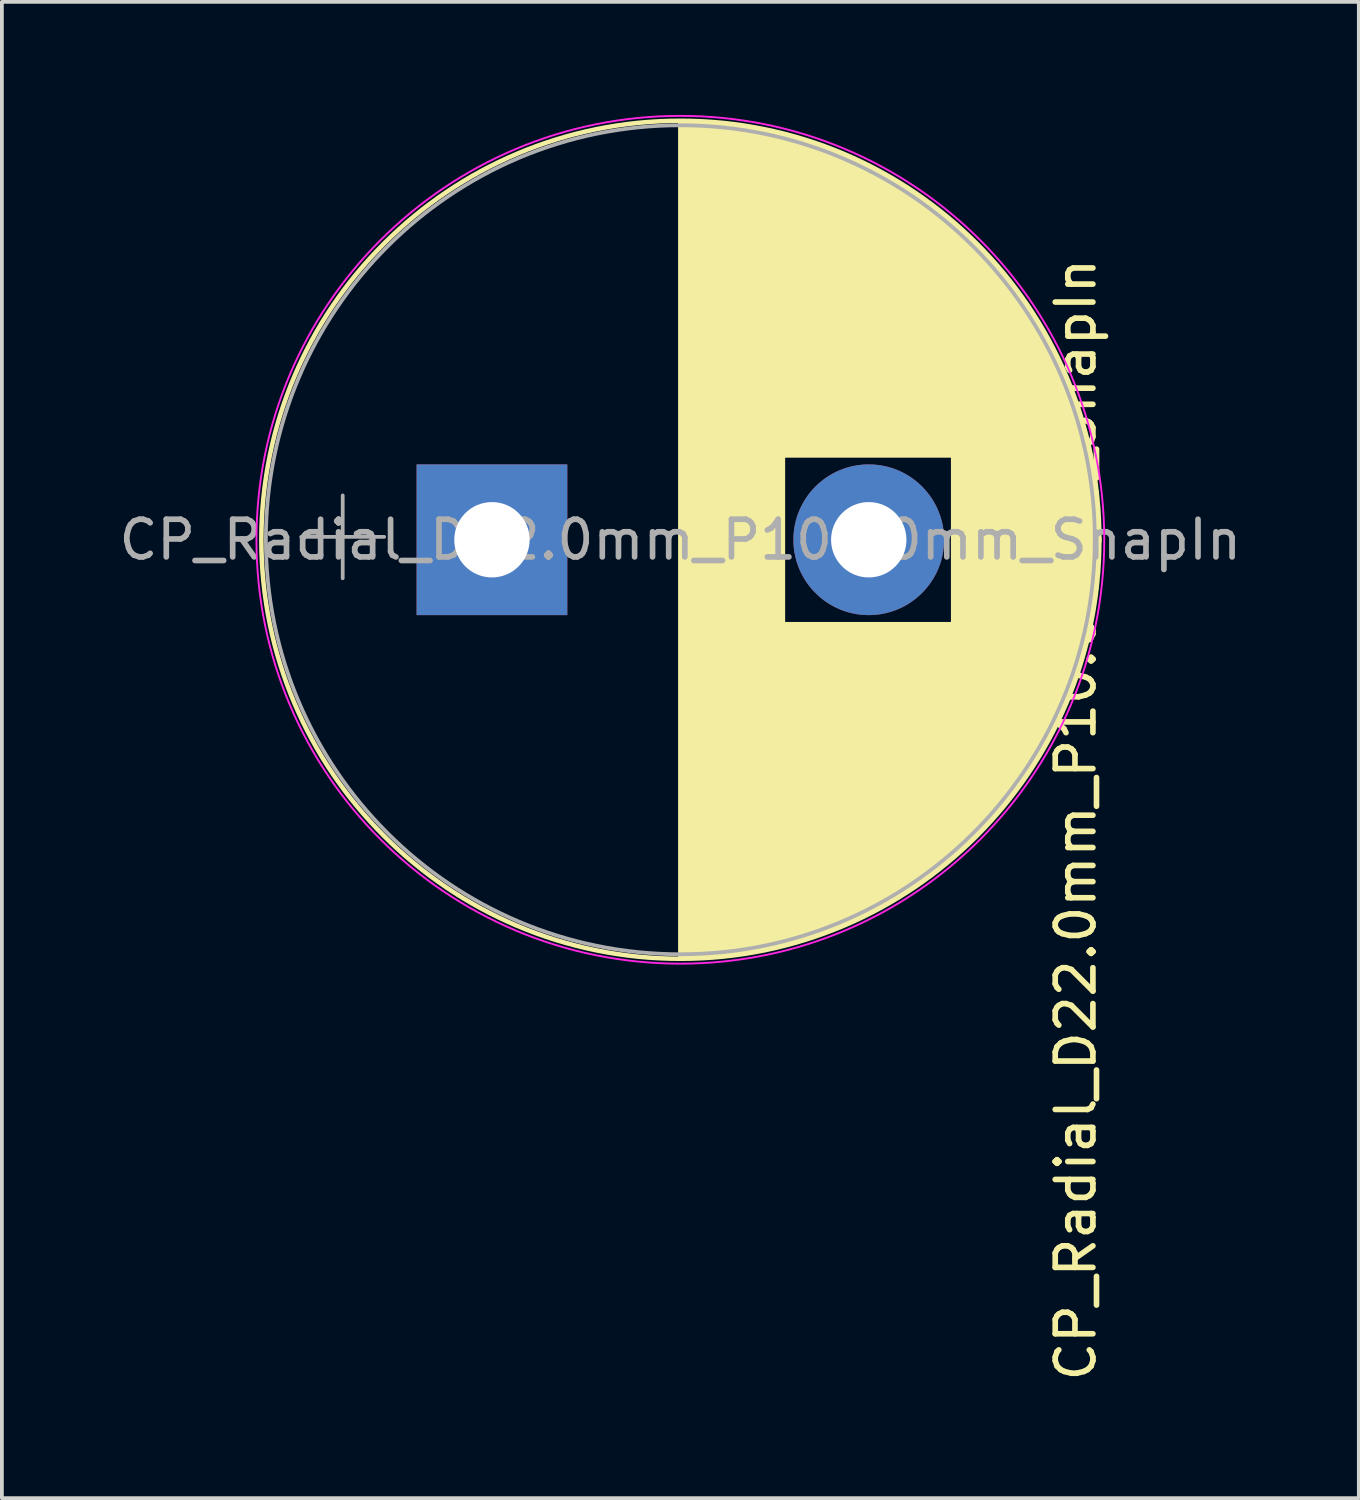
<source format=kicad_pcb>
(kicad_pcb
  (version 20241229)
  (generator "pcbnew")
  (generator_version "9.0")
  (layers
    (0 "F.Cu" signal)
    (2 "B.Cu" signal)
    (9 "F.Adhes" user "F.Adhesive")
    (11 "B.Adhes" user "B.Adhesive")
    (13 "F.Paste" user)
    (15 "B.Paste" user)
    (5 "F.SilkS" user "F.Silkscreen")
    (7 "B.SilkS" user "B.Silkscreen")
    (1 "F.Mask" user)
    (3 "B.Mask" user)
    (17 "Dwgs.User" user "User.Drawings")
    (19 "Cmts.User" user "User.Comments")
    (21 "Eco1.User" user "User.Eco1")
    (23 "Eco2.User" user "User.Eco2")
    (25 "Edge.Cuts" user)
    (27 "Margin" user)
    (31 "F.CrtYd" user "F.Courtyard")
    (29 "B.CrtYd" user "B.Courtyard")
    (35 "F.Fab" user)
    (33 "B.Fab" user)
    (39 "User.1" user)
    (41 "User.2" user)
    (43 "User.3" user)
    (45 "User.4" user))
  (footprint "CP_Radial_D22.0mm_P10.00mm_SnapIn"
    (layer "F.Cu")
    (at 10.006 11.275)
    (property "Reference" "CP_Radial_D22.0mm_P10.00mm_SnapIn" (at 15.494 7.429 90) (layer "F.SilkS") (effects (font (size 1 1) (thickness 0.15))))
    (attr through_hole)
    (fp_line (start 5 -11.081) (end 5 11.081) (stroke (width 0.12) (type solid)) (layer "F.SilkS"))
    (fp_line (start 5.04 -11.08) (end 5.04 11.08) (stroke (width 0.12) (type solid)) (layer "F.SilkS"))
    (fp_line (start 5.08 -11.08) (end 5.08 11.08) (stroke (width 0.12) (type solid)) (layer "F.SilkS"))
    (fp_line (start 5.12 -11.08) (end 5.12 11.08) (stroke (width 0.12) (type solid)) (layer "F.SilkS"))
    (fp_line (start 5.16 -11.079) (end 5.16 11.079) (stroke (width 0.12) (type solid)) (layer "F.SilkS"))
    (fp_line (start 5.2 -11.079) (end 5.2 11.079) (stroke (width 0.12) (type solid)) (layer "F.SilkS"))
    (fp_line (start 5.24 -11.078) (end 5.24 11.078) (stroke (width 0.12) (type solid)) (layer "F.SilkS"))
    (fp_line (start 5.28 -11.077) (end 5.28 11.077) (stroke (width 0.12) (type solid)) (layer "F.SilkS"))
    (fp_line (start 5.32 -11.076) (end 5.32 11.076) (stroke (width 0.12) (type solid)) (layer "F.SilkS"))
    (fp_line (start 5.36 -11.075) (end 5.36 11.075) (stroke (width 0.12) (type solid)) (layer "F.SilkS"))
    (fp_line (start 5.4 -11.073) (end 5.4 11.073) (stroke (width 0.12) (type solid)) (layer "F.SilkS"))
    (fp_line (start 5.44 -11.072) (end 5.44 11.072) (stroke (width 0.12) (type solid)) (layer "F.SilkS"))
    (fp_line (start 5.48 -11.07) (end 5.48 11.07) (stroke (width 0.12) (type solid)) (layer "F.SilkS"))
    (fp_line (start 5.52 -11.068) (end 5.52 11.068) (stroke (width 0.12) (type solid)) (layer "F.SilkS"))
    (fp_line (start 5.56 -11.066) (end 5.56 11.066) (stroke (width 0.12) (type solid)) (layer "F.SilkS"))
    (fp_line (start 5.6 -11.064) (end 5.6 11.064) (stroke (width 0.12) (type solid)) (layer "F.SilkS"))
    (fp_line (start 5.64 -11.062) (end 5.64 11.062) (stroke (width 0.12) (type solid)) (layer "F.SilkS"))
    (fp_line (start 5.68 -11.06) (end 5.68 11.06) (stroke (width 0.12) (type solid)) (layer "F.SilkS"))
    (fp_line (start 5.721 -11.057) (end 5.721 11.057) (stroke (width 0.12) (type solid)) (layer "F.SilkS"))
    (fp_line (start 5.761 -11.054) (end 5.761 11.054) (stroke (width 0.12) (type solid)) (layer "F.SilkS"))
    (fp_line (start 5.801 -11.052) (end 5.801 11.052) (stroke (width 0.12) (type solid)) (layer "F.SilkS"))
    (fp_line (start 5.841 -11.049) (end 5.841 11.049) (stroke (width 0.12) (type solid)) (layer "F.SilkS"))
    (fp_line (start 5.881 -11.046) (end 5.881 11.046) (stroke (width 0.12) (type solid)) (layer "F.SilkS"))
    (fp_line (start 5.921 -11.042) (end 5.921 11.042) (stroke (width 0.12) (type solid)) (layer "F.SilkS"))
    (fp_line (start 5.961 -11.039) (end 5.961 11.039) (stroke (width 0.12) (type solid)) (layer "F.SilkS"))
    (fp_line (start 6.001 -11.035) (end 6.001 11.035) (stroke (width 0.12) (type solid)) (layer "F.SilkS"))
    (fp_line (start 6.041 -11.032) (end 6.041 11.032) (stroke (width 0.12) (type solid)) (layer "F.SilkS"))
    (fp_line (start 6.081 -11.028) (end 6.081 11.028) (stroke (width 0.12) (type solid)) (layer "F.SilkS"))
    (fp_line (start 6.121 -11.024) (end 6.121 11.024) (stroke (width 0.12) (type solid)) (layer "F.SilkS"))
    (fp_line (start 6.161 -11.02) (end 6.161 11.02) (stroke (width 0.12) (type solid)) (layer "F.SilkS"))
    (fp_line (start 6.201 -11.016) (end 6.201 11.016) (stroke (width 0.12) (type solid)) (layer "F.SilkS"))
    (fp_line (start 6.241 -11.011) (end 6.241 11.011) (stroke (width 0.12) (type solid)) (layer "F.SilkS"))
    (fp_line (start 6.281 -11.007) (end 6.281 11.007) (stroke (width 0.12) (type solid)) (layer "F.SilkS"))
    (fp_line (start 6.321 -11.002) (end 6.321 11.002) (stroke (width 0.12) (type solid)) (layer "F.SilkS"))
    (fp_line (start 6.361 -10.997) (end 6.361 10.997) (stroke (width 0.12) (type solid)) (layer "F.SilkS"))
    (fp_line (start 6.401 -10.992) (end 6.401 10.992) (stroke (width 0.12) (type solid)) (layer "F.SilkS"))
    (fp_line (start 6.441 -10.987) (end 6.441 10.987) (stroke (width 0.12) (type solid)) (layer "F.SilkS"))
    (fp_line (start 6.481 -10.982) (end 6.481 10.982) (stroke (width 0.12) (type solid)) (layer "F.SilkS"))
    (fp_line (start 6.521 -10.976) (end 6.521 10.976) (stroke (width 0.12) (type solid)) (layer "F.SilkS"))
    (fp_line (start 6.561 -10.971) (end 6.561 10.971) (stroke (width 0.12) (type solid)) (layer "F.SilkS"))
    (fp_line (start 6.601 -10.965) (end 6.601 10.965) (stroke (width 0.12) (type solid)) (layer "F.SilkS"))
    (fp_line (start 6.641 -10.959) (end 6.641 10.959) (stroke (width 0.12) (type solid)) (layer "F.SilkS"))
    (fp_line (start 6.681 -10.953) (end 6.681 10.953) (stroke (width 0.12) (type solid)) (layer "F.SilkS"))
    (fp_line (start 6.721 -10.947) (end 6.721 10.947) (stroke (width 0.12) (type solid)) (layer "F.SilkS"))
    (fp_line (start 6.761 -10.94) (end 6.761 10.94) (stroke (width 0.12) (type solid)) (layer "F.SilkS"))
    (fp_line (start 6.801 -10.934) (end 6.801 10.934) (stroke (width 0.12) (type solid)) (layer "F.SilkS"))
    (fp_line (start 6.841 -10.927) (end 6.841 10.927) (stroke (width 0.12) (type solid)) (layer "F.SilkS"))
    (fp_line (start 6.881 -10.92) (end 6.881 10.92) (stroke (width 0.12) (type solid)) (layer "F.SilkS"))
    (fp_line (start 6.921 -10.913) (end 6.921 10.913) (stroke (width 0.12) (type solid)) (layer "F.SilkS"))
    (fp_line (start 6.961 -10.906) (end 6.961 10.906) (stroke (width 0.12) (type solid)) (layer "F.SilkS"))
    (fp_line (start 7.001 -10.899) (end 7.001 10.899) (stroke (width 0.12) (type solid)) (layer "F.SilkS"))
    (fp_line (start 7.041 -10.892) (end 7.041 10.892) (stroke (width 0.12) (type solid)) (layer "F.SilkS"))
    (fp_line (start 7.081 -10.884) (end 7.081 10.884) (stroke (width 0.12) (type solid)) (layer "F.SilkS"))
    (fp_line (start 7.121 -10.877) (end 7.121 10.877) (stroke (width 0.12) (type solid)) (layer "F.SilkS"))
    (fp_line (start 7.161 -10.869) (end 7.161 10.869) (stroke (width 0.12) (type solid)) (layer "F.SilkS"))
    (fp_line (start 7.201 -10.861) (end 7.201 10.861) (stroke (width 0.12) (type solid)) (layer "F.SilkS"))
    (fp_line (start 7.241 -10.853) (end 7.241 10.853) (stroke (width 0.12) (type solid)) (layer "F.SilkS"))
    (fp_line (start 7.281 -10.844) (end 7.281 10.844) (stroke (width 0.12) (type solid)) (layer "F.SilkS"))
    (fp_line (start 7.321 -10.836) (end 7.321 10.836) (stroke (width 0.12) (type solid)) (layer "F.SilkS"))
    (fp_line (start 7.361 -10.827) (end 7.361 10.827) (stroke (width 0.12) (type solid)) (layer "F.SilkS"))
    (fp_line (start 7.401 -10.818) (end 7.401 10.818) (stroke (width 0.12) (type solid)) (layer "F.SilkS"))
    (fp_line (start 7.441 -10.809) (end 7.441 10.809) (stroke (width 0.12) (type solid)) (layer "F.SilkS"))
    (fp_line (start 7.481 -10.8) (end 7.481 10.8) (stroke (width 0.12) (type solid)) (layer "F.SilkS"))
    (fp_line (start 7.521 -10.791) (end 7.521 10.791) (stroke (width 0.12) (type solid)) (layer "F.SilkS"))
    (fp_line (start 7.561 -10.782) (end 7.561 10.782) (stroke (width 0.12) (type solid)) (layer "F.SilkS"))
    (fp_line (start 7.601 -10.772) (end 7.601 10.772) (stroke (width 0.12) (type solid)) (layer "F.SilkS"))
    (fp_line (start 7.641 -10.763) (end 7.641 10.763) (stroke (width 0.12) (type solid)) (layer "F.SilkS"))
    (fp_line (start 7.681 -10.753) (end 7.681 10.753) (stroke (width 0.12) (type solid)) (layer "F.SilkS"))
    (fp_line (start 7.721 -10.743) (end 7.721 10.743) (stroke (width 0.12) (type solid)) (layer "F.SilkS"))
    (fp_line (start 7.761 -10.733) (end 7.761 -2.24) (stroke (width 0.12) (type solid)) (layer "F.SilkS"))
    (fp_line (start 7.761 2.24) (end 7.761 10.733) (stroke (width 0.12) (type solid)) (layer "F.SilkS"))
    (fp_line (start 7.801 -10.722) (end 7.801 -2.24) (stroke (width 0.12) (type solid)) (layer "F.SilkS"))
    (fp_line (start 7.801 2.24) (end 7.801 10.722) (stroke (width 0.12) (type solid)) (layer "F.SilkS"))
    (fp_line (start 7.841 -10.712) (end 7.841 -2.24) (stroke (width 0.12) (type solid)) (layer "F.SilkS"))
    (fp_line (start 7.841 2.24) (end 7.841 10.712) (stroke (width 0.12) (type solid)) (layer "F.SilkS"))
    (fp_line (start 7.881 -10.701) (end 7.881 -2.24) (stroke (width 0.12) (type solid)) (layer "F.SilkS"))
    (fp_line (start 7.881 2.24) (end 7.881 10.701) (stroke (width 0.12) (type solid)) (layer "F.SilkS"))
    (fp_line (start 7.921 -10.69) (end 7.921 -2.24) (stroke (width 0.12) (type solid)) (layer "F.SilkS"))
    (fp_line (start 7.921 2.24) (end 7.921 10.69) (stroke (width 0.12) (type solid)) (layer "F.SilkS"))
    (fp_line (start 7.961 -10.679) (end 7.961 -2.24) (stroke (width 0.12) (type solid)) (layer "F.SilkS"))
    (fp_line (start 7.961 2.24) (end 7.961 10.679) (stroke (width 0.12) (type solid)) (layer "F.SilkS"))
    (fp_line (start 8.001 -10.668) (end 8.001 -2.24) (stroke (width 0.12) (type solid)) (layer "F.SilkS"))
    (fp_line (start 8.001 2.24) (end 8.001 10.668) (stroke (width 0.12) (type solid)) (layer "F.SilkS"))
    (fp_line (start 8.041 -10.657) (end 8.041 -2.24) (stroke (width 0.12) (type solid)) (layer "F.SilkS"))
    (fp_line (start 8.041 2.24) (end 8.041 10.657) (stroke (width 0.12) (type solid)) (layer "F.SilkS"))
    (fp_line (start 8.081 -10.645) (end 8.081 -2.24) (stroke (width 0.12) (type solid)) (layer "F.SilkS"))
    (fp_line (start 8.081 2.24) (end 8.081 10.645) (stroke (width 0.12) (type solid)) (layer "F.SilkS"))
    (fp_line (start 8.121 -10.634) (end 8.121 -2.24) (stroke (width 0.12) (type solid)) (layer "F.SilkS"))
    (fp_line (start 8.121 2.24) (end 8.121 10.634) (stroke (width 0.12) (type solid)) (layer "F.SilkS"))
    (fp_line (start 8.161 -10.622) (end 8.161 -2.24) (stroke (width 0.12) (type solid)) (layer "F.SilkS"))
    (fp_line (start 8.161 2.24) (end 8.161 10.622) (stroke (width 0.12) (type solid)) (layer "F.SilkS"))
    (fp_line (start 8.201 -10.61) (end 8.201 -2.24) (stroke (width 0.12) (type solid)) (layer "F.SilkS"))
    (fp_line (start 8.201 2.24) (end 8.201 10.61) (stroke (width 0.12) (type solid)) (layer "F.SilkS"))
    (fp_line (start 8.241 -10.598) (end 8.241 -2.24) (stroke (width 0.12) (type solid)) (layer "F.SilkS"))
    (fp_line (start 8.241 2.24) (end 8.241 10.598) (stroke (width 0.12) (type solid)) (layer "F.SilkS"))
    (fp_line (start 8.281 -10.586) (end 8.281 -2.24) (stroke (width 0.12) (type solid)) (layer "F.SilkS"))
    (fp_line (start 8.281 2.24) (end 8.281 10.586) (stroke (width 0.12) (type solid)) (layer "F.SilkS"))
    (fp_line (start 8.321 -10.573) (end 8.321 -2.24) (stroke (width 0.12) (type solid)) (layer "F.SilkS"))
    (fp_line (start 8.321 2.24) (end 8.321 10.573) (stroke (width 0.12) (type solid)) (layer "F.SilkS"))
    (fp_line (start 8.361 -10.561) (end 8.361 -2.24) (stroke (width 0.12) (type solid)) (layer "F.SilkS"))
    (fp_line (start 8.361 2.24) (end 8.361 10.561) (stroke (width 0.12) (type solid)) (layer "F.SilkS"))
    (fp_line (start 8.401 -10.548) (end 8.401 -2.24) (stroke (width 0.12) (type solid)) (layer "F.SilkS"))
    (fp_line (start 8.401 2.24) (end 8.401 10.548) (stroke (width 0.12) (type solid)) (layer "F.SilkS"))
    (fp_line (start 8.441 -10.535) (end 8.441 -2.24) (stroke (width 0.12) (type solid)) (layer "F.SilkS"))
    (fp_line (start 8.441 2.24) (end 8.441 10.535) (stroke (width 0.12) (type solid)) (layer "F.SilkS"))
    (fp_line (start 8.481 -10.522) (end 8.481 -2.24) (stroke (width 0.12) (type solid)) (layer "F.SilkS"))
    (fp_line (start 8.481 2.24) (end 8.481 10.522) (stroke (width 0.12) (type solid)) (layer "F.SilkS"))
    (fp_line (start 8.521 -10.509) (end 8.521 -2.24) (stroke (width 0.12) (type solid)) (layer "F.SilkS"))
    (fp_line (start 8.521 2.24) (end 8.521 10.509) (stroke (width 0.12) (type solid)) (layer "F.SilkS"))
    (fp_line (start 8.561 -10.495) (end 8.561 -2.24) (stroke (width 0.12) (type solid)) (layer "F.SilkS"))
    (fp_line (start 8.561 2.24) (end 8.561 10.495) (stroke (width 0.12) (type solid)) (layer "F.SilkS"))
    (fp_line (start 8.601 -10.482) (end 8.601 -2.24) (stroke (width 0.12) (type solid)) (layer "F.SilkS"))
    (fp_line (start 8.601 2.24) (end 8.601 10.482) (stroke (width 0.12) (type solid)) (layer "F.SilkS"))
    (fp_line (start 8.641 -10.468) (end 8.641 -2.24) (stroke (width 0.12) (type solid)) (layer "F.SilkS"))
    (fp_line (start 8.641 2.24) (end 8.641 10.468) (stroke (width 0.12) (type solid)) (layer "F.SilkS"))
    (fp_line (start 8.681 -10.454) (end 8.681 -2.24) (stroke (width 0.12) (type solid)) (layer "F.SilkS"))
    (fp_line (start 8.681 2.24) (end 8.681 10.454) (stroke (width 0.12) (type solid)) (layer "F.SilkS"))
    (fp_line (start 8.721 -10.44) (end 8.721 -2.24) (stroke (width 0.12) (type solid)) (layer "F.SilkS"))
    (fp_line (start 8.721 2.24) (end 8.721 10.44) (stroke (width 0.12) (type solid)) (layer "F.SilkS"))
    (fp_line (start 8.761 -10.426) (end 8.761 -2.24) (stroke (width 0.12) (type solid)) (layer "F.SilkS"))
    (fp_line (start 8.761 2.24) (end 8.761 10.426) (stroke (width 0.12) (type solid)) (layer "F.SilkS"))
    (fp_line (start 8.801 -10.411) (end 8.801 -2.24) (stroke (width 0.12) (type solid)) (layer "F.SilkS"))
    (fp_line (start 8.801 2.24) (end 8.801 10.411) (stroke (width 0.12) (type solid)) (layer "F.SilkS"))
    (fp_line (start 8.841 -10.396) (end 8.841 -2.24) (stroke (width 0.12) (type solid)) (layer "F.SilkS"))
    (fp_line (start 8.841 2.24) (end 8.841 10.396) (stroke (width 0.12) (type solid)) (layer "F.SilkS"))
    (fp_line (start 8.881 -10.382) (end 8.881 -2.24) (stroke (width 0.12) (type solid)) (layer "F.SilkS"))
    (fp_line (start 8.881 2.24) (end 8.881 10.382) (stroke (width 0.12) (type solid)) (layer "F.SilkS"))
    (fp_line (start 8.921 -10.367) (end 8.921 -2.24) (stroke (width 0.12) (type solid)) (layer "F.SilkS"))
    (fp_line (start 8.921 2.24) (end 8.921 10.367) (stroke (width 0.12) (type solid)) (layer "F.SilkS"))
    (fp_line (start 8.961 -10.351) (end 8.961 -2.24) (stroke (width 0.12) (type solid)) (layer "F.SilkS"))
    (fp_line (start 8.961 2.24) (end 8.961 10.351) (stroke (width 0.12) (type solid)) (layer "F.SilkS"))
    (fp_line (start 9.001 -10.336) (end 9.001 -2.24) (stroke (width 0.12) (type solid)) (layer "F.SilkS"))
    (fp_line (start 9.001 2.24) (end 9.001 10.336) (stroke (width 0.12) (type solid)) (layer "F.SilkS"))
    (fp_line (start 9.041 -10.321) (end 9.041 -2.24) (stroke (width 0.12) (type solid)) (layer "F.SilkS"))
    (fp_line (start 9.041 2.24) (end 9.041 10.321) (stroke (width 0.12) (type solid)) (layer "F.SilkS"))
    (fp_line (start 9.081 -10.305) (end 9.081 -2.24) (stroke (width 0.12) (type solid)) (layer "F.SilkS"))
    (fp_line (start 9.081 2.24) (end 9.081 10.305) (stroke (width 0.12) (type solid)) (layer "F.SilkS"))
    (fp_line (start 9.121 -10.289) (end 9.121 -2.24) (stroke (width 0.12) (type solid)) (layer "F.SilkS"))
    (fp_line (start 9.121 2.24) (end 9.121 10.289) (stroke (width 0.12) (type solid)) (layer "F.SilkS"))
    (fp_line (start 9.161 -10.273) (end 9.161 -2.24) (stroke (width 0.12) (type solid)) (layer "F.SilkS"))
    (fp_line (start 9.161 2.24) (end 9.161 10.273) (stroke (width 0.12) (type solid)) (layer "F.SilkS"))
    (fp_line (start 9.201 -10.257) (end 9.201 -2.24) (stroke (width 0.12) (type solid)) (layer "F.SilkS"))
    (fp_line (start 9.201 2.24) (end 9.201 10.257) (stroke (width 0.12) (type solid)) (layer "F.SilkS"))
    (fp_line (start 9.241 -10.24) (end 9.241 -2.24) (stroke (width 0.12) (type solid)) (layer "F.SilkS"))
    (fp_line (start 9.241 2.24) (end 9.241 10.24) (stroke (width 0.12) (type solid)) (layer "F.SilkS"))
    (fp_line (start 9.281 -10.224) (end 9.281 -2.24) (stroke (width 0.12) (type solid)) (layer "F.SilkS"))
    (fp_line (start 9.281 2.24) (end 9.281 10.224) (stroke (width 0.12) (type solid)) (layer "F.SilkS"))
    (fp_line (start 9.321 -10.207) (end 9.321 -2.24) (stroke (width 0.12) (type solid)) (layer "F.SilkS"))
    (fp_line (start 9.321 2.24) (end 9.321 10.207) (stroke (width 0.12) (type solid)) (layer "F.SilkS"))
    (fp_line (start 9.361 -10.19) (end 9.361 -2.24) (stroke (width 0.12) (type solid)) (layer "F.SilkS"))
    (fp_line (start 9.361 2.24) (end 9.361 10.19) (stroke (width 0.12) (type solid)) (layer "F.SilkS"))
    (fp_line (start 9.401 -10.173) (end 9.401 -2.24) (stroke (width 0.12) (type solid)) (layer "F.SilkS"))
    (fp_line (start 9.401 2.24) (end 9.401 10.173) (stroke (width 0.12) (type solid)) (layer "F.SilkS"))
    (fp_line (start 9.441 -10.156) (end 9.441 -2.24) (stroke (width 0.12) (type solid)) (layer "F.SilkS"))
    (fp_line (start 9.441 2.24) (end 9.441 10.156) (stroke (width 0.12) (type solid)) (layer "F.SilkS"))
    (fp_line (start 9.481 -10.138) (end 9.481 -2.24) (stroke (width 0.12) (type solid)) (layer "F.SilkS"))
    (fp_line (start 9.481 2.24) (end 9.481 10.138) (stroke (width 0.12) (type solid)) (layer "F.SilkS"))
    (fp_line (start 9.521 -10.12) (end 9.521 -2.24) (stroke (width 0.12) (type solid)) (layer "F.SilkS"))
    (fp_line (start 9.521 2.24) (end 9.521 10.12) (stroke (width 0.12) (type solid)) (layer "F.SilkS"))
    (fp_line (start 9.561 -10.103) (end 9.561 -2.24) (stroke (width 0.12) (type solid)) (layer "F.SilkS"))
    (fp_line (start 9.561 2.24) (end 9.561 10.103) (stroke (width 0.12) (type solid)) (layer "F.SilkS"))
    (fp_line (start 9.601 -10.084) (end 9.601 -2.24) (stroke (width 0.12) (type solid)) (layer "F.SilkS"))
    (fp_line (start 9.601 2.24) (end 9.601 10.084) (stroke (width 0.12) (type solid)) (layer "F.SilkS"))
    (fp_line (start 9.641 -10.066) (end 9.641 -2.24) (stroke (width 0.12) (type solid)) (layer "F.SilkS"))
    (fp_line (start 9.641 2.24) (end 9.641 10.066) (stroke (width 0.12) (type solid)) (layer "F.SilkS"))
    (fp_line (start 9.681 -10.048) (end 9.681 -2.24) (stroke (width 0.12) (type solid)) (layer "F.SilkS"))
    (fp_line (start 9.681 2.24) (end 9.681 10.048) (stroke (width 0.12) (type solid)) (layer "F.SilkS"))
    (fp_line (start 9.721 -10.029) (end 9.721 -2.24) (stroke (width 0.12) (type solid)) (layer "F.SilkS"))
    (fp_line (start 9.721 2.24) (end 9.721 10.029) (stroke (width 0.12) (type solid)) (layer "F.SilkS"))
    (fp_line (start 9.761 -10.01) (end 9.761 -2.24) (stroke (width 0.12) (type solid)) (layer "F.SilkS"))
    (fp_line (start 9.761 2.24) (end 9.761 10.01) (stroke (width 0.12) (type solid)) (layer "F.SilkS"))
    (fp_line (start 9.801 -9.991) (end 9.801 -2.24) (stroke (width 0.12) (type solid)) (layer "F.SilkS"))
    (fp_line (start 9.801 2.24) (end 9.801 9.991) (stroke (width 0.12) (type solid)) (layer "F.SilkS"))
    (fp_line (start 9.841 -9.972) (end 9.841 -2.24) (stroke (width 0.12) (type solid)) (layer "F.SilkS"))
    (fp_line (start 9.841 2.24) (end 9.841 9.972) (stroke (width 0.12) (type solid)) (layer "F.SilkS"))
    (fp_line (start 9.881 -9.952) (end 9.881 -2.24) (stroke (width 0.12) (type solid)) (layer "F.SilkS"))
    (fp_line (start 9.881 2.24) (end 9.881 9.952) (stroke (width 0.12) (type solid)) (layer "F.SilkS"))
    (fp_line (start 9.921 -9.933) (end 9.921 -2.24) (stroke (width 0.12) (type solid)) (layer "F.SilkS"))
    (fp_line (start 9.921 2.24) (end 9.921 9.933) (stroke (width 0.12) (type solid)) (layer "F.SilkS"))
    (fp_line (start 9.961 -9.913) (end 9.961 -2.24) (stroke (width 0.12) (type solid)) (layer "F.SilkS"))
    (fp_line (start 9.961 2.24) (end 9.961 9.913) (stroke (width 0.12) (type solid)) (layer "F.SilkS"))
    (fp_line (start 10.001 -9.893) (end 10.001 -2.24) (stroke (width 0.12) (type solid)) (layer "F.SilkS"))
    (fp_line (start 10.001 2.24) (end 10.001 9.893) (stroke (width 0.12) (type solid)) (layer "F.SilkS"))
    (fp_line (start 10.041 -9.873) (end 10.041 -2.24) (stroke (width 0.12) (type solid)) (layer "F.SilkS"))
    (fp_line (start 10.041 2.24) (end 10.041 9.873) (stroke (width 0.12) (type solid)) (layer "F.SilkS"))
    (fp_line (start 10.081 -9.852) (end 10.081 -2.24) (stroke (width 0.12) (type solid)) (layer "F.SilkS"))
    (fp_line (start 10.081 2.24) (end 10.081 9.852) (stroke (width 0.12) (type solid)) (layer "F.SilkS"))
    (fp_line (start 10.121 -9.832) (end 10.121 -2.24) (stroke (width 0.12) (type solid)) (layer "F.SilkS"))
    (fp_line (start 10.121 2.24) (end 10.121 9.832) (stroke (width 0.12) (type solid)) (layer "F.SilkS"))
    (fp_line (start 10.161 -9.811) (end 10.161 -2.24) (stroke (width 0.12) (type solid)) (layer "F.SilkS"))
    (fp_line (start 10.161 2.24) (end 10.161 9.811) (stroke (width 0.12) (type solid)) (layer "F.SilkS"))
    (fp_line (start 10.201 -9.79) (end 10.201 -2.24) (stroke (width 0.12) (type solid)) (layer "F.SilkS"))
    (fp_line (start 10.201 2.24) (end 10.201 9.79) (stroke (width 0.12) (type solid)) (layer "F.SilkS"))
    (fp_line (start 10.241 -9.768) (end 10.241 -2.24) (stroke (width 0.12) (type solid)) (layer "F.SilkS"))
    (fp_line (start 10.241 2.24) (end 10.241 9.768) (stroke (width 0.12) (type solid)) (layer "F.SilkS"))
    (fp_line (start 10.281 -9.747) (end 10.281 -2.24) (stroke (width 0.12) (type solid)) (layer "F.SilkS"))
    (fp_line (start 10.281 2.24) (end 10.281 9.747) (stroke (width 0.12) (type solid)) (layer "F.SilkS"))
    (fp_line (start 10.321 -9.725) (end 10.321 -2.24) (stroke (width 0.12) (type solid)) (layer "F.SilkS"))
    (fp_line (start 10.321 2.24) (end 10.321 9.725) (stroke (width 0.12) (type solid)) (layer "F.SilkS"))
    (fp_line (start 10.361 -9.703) (end 10.361 -2.24) (stroke (width 0.12) (type solid)) (layer "F.SilkS"))
    (fp_line (start 10.361 2.24) (end 10.361 9.703) (stroke (width 0.12) (type solid)) (layer "F.SilkS"))
    (fp_line (start 10.401 -9.681) (end 10.401 -2.24) (stroke (width 0.12) (type solid)) (layer "F.SilkS"))
    (fp_line (start 10.401 2.24) (end 10.401 9.681) (stroke (width 0.12) (type solid)) (layer "F.SilkS"))
    (fp_line (start 10.441 -9.659) (end 10.441 -2.24) (stroke (width 0.12) (type solid)) (layer "F.SilkS"))
    (fp_line (start 10.441 2.24) (end 10.441 9.659) (stroke (width 0.12) (type solid)) (layer "F.SilkS"))
    (fp_line (start 10.481 -9.636) (end 10.481 -2.24) (stroke (width 0.12) (type solid)) (layer "F.SilkS"))
    (fp_line (start 10.481 2.24) (end 10.481 9.636) (stroke (width 0.12) (type solid)) (layer "F.SilkS"))
    (fp_line (start 10.521 -9.614) (end 10.521 -2.24) (stroke (width 0.12) (type solid)) (layer "F.SilkS"))
    (fp_line (start 10.521 2.24) (end 10.521 9.614) (stroke (width 0.12) (type solid)) (layer "F.SilkS"))
    (fp_line (start 10.561 -9.591) (end 10.561 -2.24) (stroke (width 0.12) (type solid)) (layer "F.SilkS"))
    (fp_line (start 10.561 2.24) (end 10.561 9.591) (stroke (width 0.12) (type solid)) (layer "F.SilkS"))
    (fp_line (start 10.601 -9.567) (end 10.601 -2.24) (stroke (width 0.12) (type solid)) (layer "F.SilkS"))
    (fp_line (start 10.601 2.24) (end 10.601 9.567) (stroke (width 0.12) (type solid)) (layer "F.SilkS"))
    (fp_line (start 10.641 -9.544) (end 10.641 -2.24) (stroke (width 0.12) (type solid)) (layer "F.SilkS"))
    (fp_line (start 10.641 2.24) (end 10.641 9.544) (stroke (width 0.12) (type solid)) (layer "F.SilkS"))
    (fp_line (start 10.681 -9.52) (end 10.681 -2.24) (stroke (width 0.12) (type solid)) (layer "F.SilkS"))
    (fp_line (start 10.681 2.24) (end 10.681 9.52) (stroke (width 0.12) (type solid)) (layer "F.SilkS"))
    (fp_line (start 10.721 -9.497) (end 10.721 -2.24) (stroke (width 0.12) (type solid)) (layer "F.SilkS"))
    (fp_line (start 10.721 2.24) (end 10.721 9.497) (stroke (width 0.12) (type solid)) (layer "F.SilkS"))
    (fp_line (start 10.761 -9.472) (end 10.761 -2.24) (stroke (width 0.12) (type solid)) (layer "F.SilkS"))
    (fp_line (start 10.761 2.24) (end 10.761 9.472) (stroke (width 0.12) (type solid)) (layer "F.SilkS"))
    (fp_line (start 10.801 -9.448) (end 10.801 -2.24) (stroke (width 0.12) (type solid)) (layer "F.SilkS"))
    (fp_line (start 10.801 2.24) (end 10.801 9.448) (stroke (width 0.12) (type solid)) (layer "F.SilkS"))
    (fp_line (start 10.841 -9.424) (end 10.841 -2.24) (stroke (width 0.12) (type solid)) (layer "F.SilkS"))
    (fp_line (start 10.841 2.24) (end 10.841 9.424) (stroke (width 0.12) (type solid)) (layer "F.SilkS"))
    (fp_line (start 10.881 -9.399) (end 10.881 -2.24) (stroke (width 0.12) (type solid)) (layer "F.SilkS"))
    (fp_line (start 10.881 2.24) (end 10.881 9.399) (stroke (width 0.12) (type solid)) (layer "F.SilkS"))
    (fp_line (start 10.921 -9.374) (end 10.921 -2.24) (stroke (width 0.12) (type solid)) (layer "F.SilkS"))
    (fp_line (start 10.921 2.24) (end 10.921 9.374) (stroke (width 0.12) (type solid)) (layer "F.SilkS"))
    (fp_line (start 10.961 -9.348) (end 10.961 -2.24) (stroke (width 0.12) (type solid)) (layer "F.SilkS"))
    (fp_line (start 10.961 2.24) (end 10.961 9.348) (stroke (width 0.12) (type solid)) (layer "F.SilkS"))
    (fp_line (start 11.001 -9.323) (end 11.001 -2.24) (stroke (width 0.12) (type solid)) (layer "F.SilkS"))
    (fp_line (start 11.001 2.24) (end 11.001 9.323) (stroke (width 0.12) (type solid)) (layer "F.SilkS"))
    (fp_line (start 11.041 -9.297) (end 11.041 -2.24) (stroke (width 0.12) (type solid)) (layer "F.SilkS"))
    (fp_line (start 11.041 2.24) (end 11.041 9.297) (stroke (width 0.12) (type solid)) (layer "F.SilkS"))
    (fp_line (start 11.081 -9.271) (end 11.081 -2.24) (stroke (width 0.12) (type solid)) (layer "F.SilkS"))
    (fp_line (start 11.081 2.24) (end 11.081 9.271) (stroke (width 0.12) (type solid)) (layer "F.SilkS"))
    (fp_line (start 11.121 -9.245) (end 11.121 -2.24) (stroke (width 0.12) (type solid)) (layer "F.SilkS"))
    (fp_line (start 11.121 2.24) (end 11.121 9.245) (stroke (width 0.12) (type solid)) (layer "F.SilkS"))
    (fp_line (start 11.161 -9.218) (end 11.161 -2.24) (stroke (width 0.12) (type solid)) (layer "F.SilkS"))
    (fp_line (start 11.161 2.24) (end 11.161 9.218) (stroke (width 0.12) (type solid)) (layer "F.SilkS"))
    (fp_line (start 11.201 -9.192) (end 11.201 -2.24) (stroke (width 0.12) (type solid)) (layer "F.SilkS"))
    (fp_line (start 11.201 2.24) (end 11.201 9.192) (stroke (width 0.12) (type solid)) (layer "F.SilkS"))
    (fp_line (start 11.241 -9.165) (end 11.241 -2.24) (stroke (width 0.12) (type solid)) (layer "F.SilkS"))
    (fp_line (start 11.241 2.24) (end 11.241 9.165) (stroke (width 0.12) (type solid)) (layer "F.SilkS"))
    (fp_line (start 11.281 -9.137) (end 11.281 -2.24) (stroke (width 0.12) (type solid)) (layer "F.SilkS"))
    (fp_line (start 11.281 2.24) (end 11.281 9.137) (stroke (width 0.12) (type solid)) (layer "F.SilkS"))
    (fp_line (start 11.321 -9.11) (end 11.321 -2.24) (stroke (width 0.12) (type solid)) (layer "F.SilkS"))
    (fp_line (start 11.321 2.24) (end 11.321 9.11) (stroke (width 0.12) (type solid)) (layer "F.SilkS"))
    (fp_line (start 11.361 -9.082) (end 11.361 -2.24) (stroke (width 0.12) (type solid)) (layer "F.SilkS"))
    (fp_line (start 11.361 2.24) (end 11.361 9.082) (stroke (width 0.12) (type solid)) (layer "F.SilkS"))
    (fp_line (start 11.401 -9.054) (end 11.401 -2.24) (stroke (width 0.12) (type solid)) (layer "F.SilkS"))
    (fp_line (start 11.401 2.24) (end 11.401 9.054) (stroke (width 0.12) (type solid)) (layer "F.SilkS"))
    (fp_line (start 11.441 -9.026) (end 11.441 -2.24) (stroke (width 0.12) (type solid)) (layer "F.SilkS"))
    (fp_line (start 11.441 2.24) (end 11.441 9.026) (stroke (width 0.12) (type solid)) (layer "F.SilkS"))
    (fp_line (start 11.481 -8.997) (end 11.481 -2.24) (stroke (width 0.12) (type solid)) (layer "F.SilkS"))
    (fp_line (start 11.481 2.24) (end 11.481 8.997) (stroke (width 0.12) (type solid)) (layer "F.SilkS"))
    (fp_line (start 11.521 -8.968) (end 11.521 -2.24) (stroke (width 0.12) (type solid)) (layer "F.SilkS"))
    (fp_line (start 11.521 2.24) (end 11.521 8.968) (stroke (width 0.12) (type solid)) (layer "F.SilkS"))
    (fp_line (start 11.561 -8.939) (end 11.561 -2.24) (stroke (width 0.12) (type solid)) (layer "F.SilkS"))
    (fp_line (start 11.561 2.24) (end 11.561 8.939) (stroke (width 0.12) (type solid)) (layer "F.SilkS"))
    (fp_line (start 11.601 -8.91) (end 11.601 -2.24) (stroke (width 0.12) (type solid)) (layer "F.SilkS"))
    (fp_line (start 11.601 2.24) (end 11.601 8.91) (stroke (width 0.12) (type solid)) (layer "F.SilkS"))
    (fp_line (start 11.641 -8.88) (end 11.641 -2.24) (stroke (width 0.12) (type solid)) (layer "F.SilkS"))
    (fp_line (start 11.641 2.24) (end 11.641 8.88) (stroke (width 0.12) (type solid)) (layer "F.SilkS"))
    (fp_line (start 11.681 -8.85) (end 11.681 -2.24) (stroke (width 0.12) (type solid)) (layer "F.SilkS"))
    (fp_line (start 11.681 2.24) (end 11.681 8.85) (stroke (width 0.12) (type solid)) (layer "F.SilkS"))
    (fp_line (start 11.721 -8.82) (end 11.721 -2.24) (stroke (width 0.12) (type solid)) (layer "F.SilkS"))
    (fp_line (start 11.721 2.24) (end 11.721 8.82) (stroke (width 0.12) (type solid)) (layer "F.SilkS"))
    (fp_line (start 11.761 -8.79) (end 11.761 -2.24) (stroke (width 0.12) (type solid)) (layer "F.SilkS"))
    (fp_line (start 11.761 2.24) (end 11.761 8.79) (stroke (width 0.12) (type solid)) (layer "F.SilkS"))
    (fp_line (start 11.801 -8.759) (end 11.801 -2.24) (stroke (width 0.12) (type solid)) (layer "F.SilkS"))
    (fp_line (start 11.801 2.24) (end 11.801 8.759) (stroke (width 0.12) (type solid)) (layer "F.SilkS"))
    (fp_line (start 11.841 -8.728) (end 11.841 -2.24) (stroke (width 0.12) (type solid)) (layer "F.SilkS"))
    (fp_line (start 11.841 2.24) (end 11.841 8.728) (stroke (width 0.12) (type solid)) (layer "F.SilkS"))
    (fp_line (start 11.881 -8.697) (end 11.881 -2.24) (stroke (width 0.12) (type solid)) (layer "F.SilkS"))
    (fp_line (start 11.881 2.24) (end 11.881 8.697) (stroke (width 0.12) (type solid)) (layer "F.SilkS"))
    (fp_line (start 11.921 -8.665) (end 11.921 -2.24) (stroke (width 0.12) (type solid)) (layer "F.SilkS"))
    (fp_line (start 11.921 2.24) (end 11.921 8.665) (stroke (width 0.12) (type solid)) (layer "F.SilkS"))
    (fp_line (start 11.961 -8.633) (end 11.961 -2.24) (stroke (width 0.12) (type solid)) (layer "F.SilkS"))
    (fp_line (start 11.961 2.24) (end 11.961 8.633) (stroke (width 0.12) (type solid)) (layer "F.SilkS"))
    (fp_line (start 12.001 -8.601) (end 12.001 -2.24) (stroke (width 0.12) (type solid)) (layer "F.SilkS"))
    (fp_line (start 12.001 2.24) (end 12.001 8.601) (stroke (width 0.12) (type solid)) (layer "F.SilkS"))
    (fp_line (start 12.041 -8.568) (end 12.041 -2.24) (stroke (width 0.12) (type solid)) (layer "F.SilkS"))
    (fp_line (start 12.041 2.24) (end 12.041 8.568) (stroke (width 0.12) (type solid)) (layer "F.SilkS"))
    (fp_line (start 12.081 -8.535) (end 12.081 -2.24) (stroke (width 0.12) (type solid)) (layer "F.SilkS"))
    (fp_line (start 12.081 2.24) (end 12.081 8.535) (stroke (width 0.12) (type solid)) (layer "F.SilkS"))
    (fp_line (start 12.121 -8.502) (end 12.121 -2.24) (stroke (width 0.12) (type solid)) (layer "F.SilkS"))
    (fp_line (start 12.121 2.24) (end 12.121 8.502) (stroke (width 0.12) (type solid)) (layer "F.SilkS"))
    (fp_line (start 12.161 -8.469) (end 12.161 -2.24) (stroke (width 0.12) (type solid)) (layer "F.SilkS"))
    (fp_line (start 12.161 2.24) (end 12.161 8.469) (stroke (width 0.12) (type solid)) (layer "F.SilkS"))
    (fp_line (start 12.201 -8.435) (end 12.201 -2.24) (stroke (width 0.12) (type solid)) (layer "F.SilkS"))
    (fp_line (start 12.201 2.24) (end 12.201 8.435) (stroke (width 0.12) (type solid)) (layer "F.SilkS"))
    (fp_line (start 12.241 -8.401) (end 12.241 8.401) (stroke (width 0.12) (type solid)) (layer "F.SilkS"))
    (fp_line (start 12.281 -8.366) (end 12.281 8.366) (stroke (width 0.12) (type solid)) (layer "F.SilkS"))
    (fp_line (start 12.321 -8.331) (end 12.321 8.331) (stroke (width 0.12) (type solid)) (layer "F.SilkS"))
    (fp_line (start 12.361 -8.296) (end 12.361 8.296) (stroke (width 0.12) (type solid)) (layer "F.SilkS"))
    (fp_line (start 12.401 -8.261) (end 12.401 8.261) (stroke (width 0.12) (type solid)) (layer "F.SilkS"))
    (fp_line (start 12.441 -8.225) (end 12.441 8.225) (stroke (width 0.12) (type solid)) (layer "F.SilkS"))
    (fp_line (start 12.481 -8.189) (end 12.481 8.189) (stroke (width 0.12) (type solid)) (layer "F.SilkS"))
    (fp_line (start 12.521 -8.152) (end 12.521 8.152) (stroke (width 0.12) (type solid)) (layer "F.SilkS"))
    (fp_line (start 12.561 -8.115) (end 12.561 8.115) (stroke (width 0.12) (type solid)) (layer "F.SilkS"))
    (fp_line (start 12.601 -8.078) (end 12.601 8.078) (stroke (width 0.12) (type solid)) (layer "F.SilkS"))
    (fp_line (start 12.641 -8.04) (end 12.641 8.04) (stroke (width 0.12) (type solid)) (layer "F.SilkS"))
    (fp_line (start 12.681 -8.002) (end 12.681 8.002) (stroke (width 0.12) (type solid)) (layer "F.SilkS"))
    (fp_line (start 12.721 -7.964) (end 12.721 7.964) (stroke (width 0.12) (type solid)) (layer "F.SilkS"))
    (fp_line (start 12.761 -7.925) (end 12.761 7.925) (stroke (width 0.12) (type solid)) (layer "F.SilkS"))
    (fp_line (start 12.801 -7.886) (end 12.801 7.886) (stroke (width 0.12) (type solid)) (layer "F.SilkS"))
    (fp_line (start 12.841 -7.846) (end 12.841 7.846) (stroke (width 0.12) (type solid)) (layer "F.SilkS"))
    (fp_line (start 12.881 -7.807) (end 12.881 7.807) (stroke (width 0.12) (type solid)) (layer "F.SilkS"))
    (fp_line (start 12.921 -7.766) (end 12.921 7.766) (stroke (width 0.12) (type solid)) (layer "F.SilkS"))
    (fp_line (start 12.961 -7.725) (end 12.961 7.725) (stroke (width 0.12) (type solid)) (layer "F.SilkS"))
    (fp_line (start 13.001 -7.684) (end 13.001 7.684) (stroke (width 0.12) (type solid)) (layer "F.SilkS"))
    (fp_line (start 13.041 -7.642) (end 13.041 7.642) (stroke (width 0.12) (type solid)) (layer "F.SilkS"))
    (fp_line (start 13.081 -7.6) (end 13.081 7.6) (stroke (width 0.12) (type solid)) (layer "F.SilkS"))
    (fp_line (start 13.121 -7.558) (end 13.121 7.558) (stroke (width 0.12) (type solid)) (layer "F.SilkS"))
    (fp_line (start 13.161 -7.515) (end 13.161 7.515) (stroke (width 0.12) (type solid)) (layer "F.SilkS"))
    (fp_line (start 13.2 -7.471) (end 13.2 7.471) (stroke (width 0.12) (type solid)) (layer "F.SilkS"))
    (fp_line (start 13.24 -7.428) (end 13.24 7.428) (stroke (width 0.12) (type solid)) (layer "F.SilkS"))
    (fp_line (start 13.28 -7.383) (end 13.28 7.383) (stroke (width 0.12) (type solid)) (layer "F.SilkS"))
    (fp_line (start 13.32 -7.338) (end 13.32 7.338) (stroke (width 0.12) (type solid)) (layer "F.SilkS"))
    (fp_line (start 13.36 -7.293) (end 13.36 7.293) (stroke (width 0.12) (type solid)) (layer "F.SilkS"))
    (fp_line (start 13.4 -7.247) (end 13.4 7.247) (stroke (width 0.12) (type solid)) (layer "F.SilkS"))
    (fp_line (start 13.44 -7.201) (end 13.44 7.201) (stroke (width 0.12) (type solid)) (layer "F.SilkS"))
    (fp_line (start 13.48 -7.154) (end 13.48 7.154) (stroke (width 0.12) (type solid)) (layer "F.SilkS"))
    (fp_line (start 13.52 -7.106) (end 13.52 7.106) (stroke (width 0.12) (type solid)) (layer "F.SilkS"))
    (fp_line (start 13.56 -7.058) (end 13.56 7.058) (stroke (width 0.12) (type solid)) (layer "F.SilkS"))
    (fp_line (start 13.6 -7.01) (end 13.6 7.01) (stroke (width 0.12) (type solid)) (layer "F.SilkS"))
    (fp_line (start 13.64 -6.961) (end 13.64 6.961) (stroke (width 0.12) (type solid)) (layer "F.SilkS"))
    (fp_line (start 13.68 -6.911) (end 13.68 6.911) (stroke (width 0.12) (type solid)) (layer "F.SilkS"))
    (fp_line (start 13.72 -6.861) (end 13.72 6.861) (stroke (width 0.12) (type solid)) (layer "F.SilkS"))
    (fp_line (start 13.76 -6.81) (end 13.76 6.81) (stroke (width 0.12) (type solid)) (layer "F.SilkS"))
    (fp_line (start 13.8 -6.759) (end 13.8 6.759) (stroke (width 0.12) (type solid)) (layer "F.SilkS"))
    (fp_line (start 13.84 -6.707) (end 13.84 6.707) (stroke (width 0.12) (type solid)) (layer "F.SilkS"))
    (fp_line (start 13.88 -6.654) (end 13.88 6.654) (stroke (width 0.12) (type solid)) (layer "F.SilkS"))
    (fp_line (start 13.92 -6.6) (end 13.92 6.6) (stroke (width 0.12) (type solid)) (layer "F.SilkS"))
    (fp_line (start 13.96 -6.546) (end 13.96 6.546) (stroke (width 0.12) (type solid)) (layer "F.SilkS"))
    (fp_line (start 14 -6.492) (end 14 6.492) (stroke (width 0.12) (type solid)) (layer "F.SilkS"))
    (fp_line (start 14.04 -6.436) (end 14.04 6.436) (stroke (width 0.12) (type solid)) (layer "F.SilkS"))
    (fp_line (start 14.08 -6.38) (end 14.08 6.38) (stroke (width 0.12) (type solid)) (layer "F.SilkS"))
    (fp_line (start 14.12 -6.323) (end 14.12 6.323) (stroke (width 0.12) (type solid)) (layer "F.SilkS"))
    (fp_line (start 14.16 -6.265) (end 14.16 6.265) (stroke (width 0.12) (type solid)) (layer "F.SilkS"))
    (fp_line (start 14.2 -6.207) (end 14.2 6.207) (stroke (width 0.12) (type solid)) (layer "F.SilkS"))
    (fp_line (start 14.24 -6.147) (end 14.24 6.147) (stroke (width 0.12) (type solid)) (layer "F.SilkS"))
    (fp_line (start 14.28 -6.087) (end 14.28 6.087) (stroke (width 0.12) (type solid)) (layer "F.SilkS"))
    (fp_line (start 14.32 -6.026) (end 14.32 6.026) (stroke (width 0.12) (type solid)) (layer "F.SilkS"))
    (fp_line (start 14.36 -5.964) (end 14.36 5.964) (stroke (width 0.12) (type solid)) (layer "F.SilkS"))
    (fp_line (start 14.4 -5.901) (end 14.4 5.901) (stroke (width 0.12) (type solid)) (layer "F.SilkS"))
    (fp_line (start 14.44 -5.838) (end 14.44 5.838) (stroke (width 0.12) (type solid)) (layer "F.SilkS"))
    (fp_line (start 14.48 -5.773) (end 14.48 5.773) (stroke (width 0.12) (type solid)) (layer "F.SilkS"))
    (fp_line (start 14.52 -5.707) (end 14.52 5.707) (stroke (width 0.12) (type solid)) (layer "F.SilkS"))
    (fp_line (start 14.56 -5.64) (end 14.56 5.64) (stroke (width 0.12) (type solid)) (layer "F.SilkS"))
    (fp_line (start 14.6 -5.572) (end 14.6 5.572) (stroke (width 0.12) (type solid)) (layer "F.SilkS"))
    (fp_line (start 14.64 -5.503) (end 14.64 5.503) (stroke (width 0.12) (type solid)) (layer "F.SilkS"))
    (fp_line (start 14.68 -5.433) (end 14.68 5.433) (stroke (width 0.12) (type solid)) (layer "F.SilkS"))
    (fp_line (start 14.72 -5.362) (end 14.72 5.362) (stroke (width 0.12) (type solid)) (layer "F.SilkS"))
    (fp_line (start 14.76 -5.289) (end 14.76 5.289) (stroke (width 0.12) (type solid)) (layer "F.SilkS"))
    (fp_line (start 14.8 -5.215) (end 14.8 5.215) (stroke (width 0.12) (type solid)) (layer "F.SilkS"))
    (fp_line (start 14.84 -5.14) (end 14.84 5.14) (stroke (width 0.12) (type solid)) (layer "F.SilkS"))
    (fp_line (start 14.88 -5.063) (end 14.88 5.063) (stroke (width 0.12) (type solid)) (layer "F.SilkS"))
    (fp_line (start 14.92 -4.985) (end 14.92 4.985) (stroke (width 0.12) (type solid)) (layer "F.SilkS"))
    (fp_line (start 14.96 -4.905) (end 14.96 4.905) (stroke (width 0.12) (type solid)) (layer "F.SilkS"))
    (fp_line (start 15 -4.824) (end 15 4.824) (stroke (width 0.12) (type solid)) (layer "F.SilkS"))
    (fp_line (start 15.04 -4.741) (end 15.04 4.741) (stroke (width 0.12) (type solid)) (layer "F.SilkS"))
    (fp_line (start 15.08 -4.656) (end 15.08 4.656) (stroke (width 0.12) (type solid)) (layer "F.SilkS"))
    (fp_line (start 15.12 -4.569) (end 15.12 4.569) (stroke (width 0.12) (type solid)) (layer "F.SilkS"))
    (fp_line (start 15.16 -4.48) (end 15.16 4.48) (stroke (width 0.12) (type solid)) (layer "F.SilkS"))
    (fp_line (start 15.2 -4.389) (end 15.2 4.389) (stroke (width 0.12) (type solid)) (layer "F.SilkS"))
    (fp_line (start 15.24 -4.296) (end 15.24 4.296) (stroke (width 0.12) (type solid)) (layer "F.SilkS"))
    (fp_line (start 15.28 -4.2) (end 15.28 4.2) (stroke (width 0.12) (type solid)) (layer "F.SilkS"))
    (fp_line (start 15.32 -4.102) (end 15.32 4.102) (stroke (width 0.12) (type solid)) (layer "F.SilkS"))
    (fp_line (start 15.36 -4.001) (end 15.36 4.001) (stroke (width 0.12) (type solid)) (layer "F.SilkS"))
    (fp_line (start 15.4 -3.897) (end 15.4 3.897) (stroke (width 0.12) (type solid)) (layer "F.SilkS"))
    (fp_line (start 15.44 -3.789) (end 15.44 3.789) (stroke (width 0.12) (type solid)) (layer "F.SilkS"))
    (fp_line (start 15.48 -3.679) (end 15.48 3.679) (stroke (width 0.12) (type solid)) (layer "F.SilkS"))
    (fp_line (start 15.52 -3.564) (end 15.52 3.564) (stroke (width 0.12) (type solid)) (layer "F.SilkS"))
    (fp_line (start 15.56 -3.445) (end 15.56 3.445) (stroke (width 0.12) (type solid)) (layer "F.SilkS"))
    (fp_line (start 15.6 -3.321) (end 15.6 3.321) (stroke (width 0.12) (type solid)) (layer "F.SilkS"))
    (fp_line (start 15.64 -3.192) (end 15.64 3.192) (stroke (width 0.12) (type solid)) (layer "F.SilkS"))
    (fp_line (start 15.68 -3.058) (end 15.68 3.058) (stroke (width 0.12) (type solid)) (layer "F.SilkS"))
    (fp_line (start 15.72 -2.916) (end 15.72 2.916) (stroke (width 0.12) (type solid)) (layer "F.SilkS"))
    (fp_line (start 15.76 -2.767) (end 15.76 2.767) (stroke (width 0.12) (type solid)) (layer "F.SilkS"))
    (fp_line (start 15.8 -2.609) (end 15.8 2.609) (stroke (width 0.12) (type solid)) (layer "F.SilkS"))
    (fp_line (start 15.84 -2.44) (end 15.84 2.44) (stroke (width 0.12) (type solid)) (layer "F.SilkS"))
    (fp_line (start 15.88 -2.258) (end 15.88 2.258) (stroke (width 0.12) (type solid)) (layer "F.SilkS"))
    (fp_line (start 15.92 -2.06) (end 15.92 2.06) (stroke (width 0.12) (type solid)) (layer "F.SilkS"))
    (fp_line (start 15.96 -1.84) (end 15.96 1.84) (stroke (width 0.12) (type solid)) (layer "F.SilkS"))
    (fp_line (start 16 -1.59) (end 16 1.59) (stroke (width 0.12) (type solid)) (layer "F.SilkS"))
    (fp_line (start 16.04 -1.292) (end 16.04 1.292) (stroke (width 0.12) (type solid)) (layer "F.SilkS"))
    (fp_line (start 16.08 -0.903) (end 16.08 0.903) (stroke (width 0.12) (type solid)) (layer "F.SilkS"))
    (fp_line (start 16.12 -0.04) (end 16.12 0.04) (stroke (width 0.12) (type solid)) (layer "F.SilkS"))
    (fp_circle (center 5 0) (end 16.12 0) (stroke (width 0.12) (type solid)) (fill no) (layer "F.SilkS"))
    (fp_circle (center 5 0) (end 16.25 0) (stroke (width 0.05) (type solid)) (fill no) (layer "F.CrtYd"))
    (fp_line (start -5.061 -0.077) (end -2.861 -0.077) (stroke (width 0.1) (type solid)) (layer "F.Fab"))
    (fp_line (start -3.961 -1.177) (end -3.961 1.022) (stroke (width 0.1) (type solid)) (layer "F.Fab"))
    (fp_circle (center 5 0) (end 16 0) (stroke (width 0.1) (type solid)) (fill no) (layer "F.Fab"))
    (fp_text user "${REFERENCE}" (at 5 0 0) (layer "F.Fab") (effects (font (size 1 1) (thickness 0.15))))
    (pad "1" thru_hole rect (at 0 0) (size 4 4) (drill 2) (layers "*.Cu" "*.Mask"))
    (pad "2" thru_hole circle (at 10 0) (size 4 4) (drill 2) (layers "*.Cu" "*.Mask")))
  (gr_rect
    (start -3 -3)
    (end 33.012 36.71)
    (stroke (width 0.1) (type default))
    (fill no)
    (layer "Edge.Cuts")))
</source>
